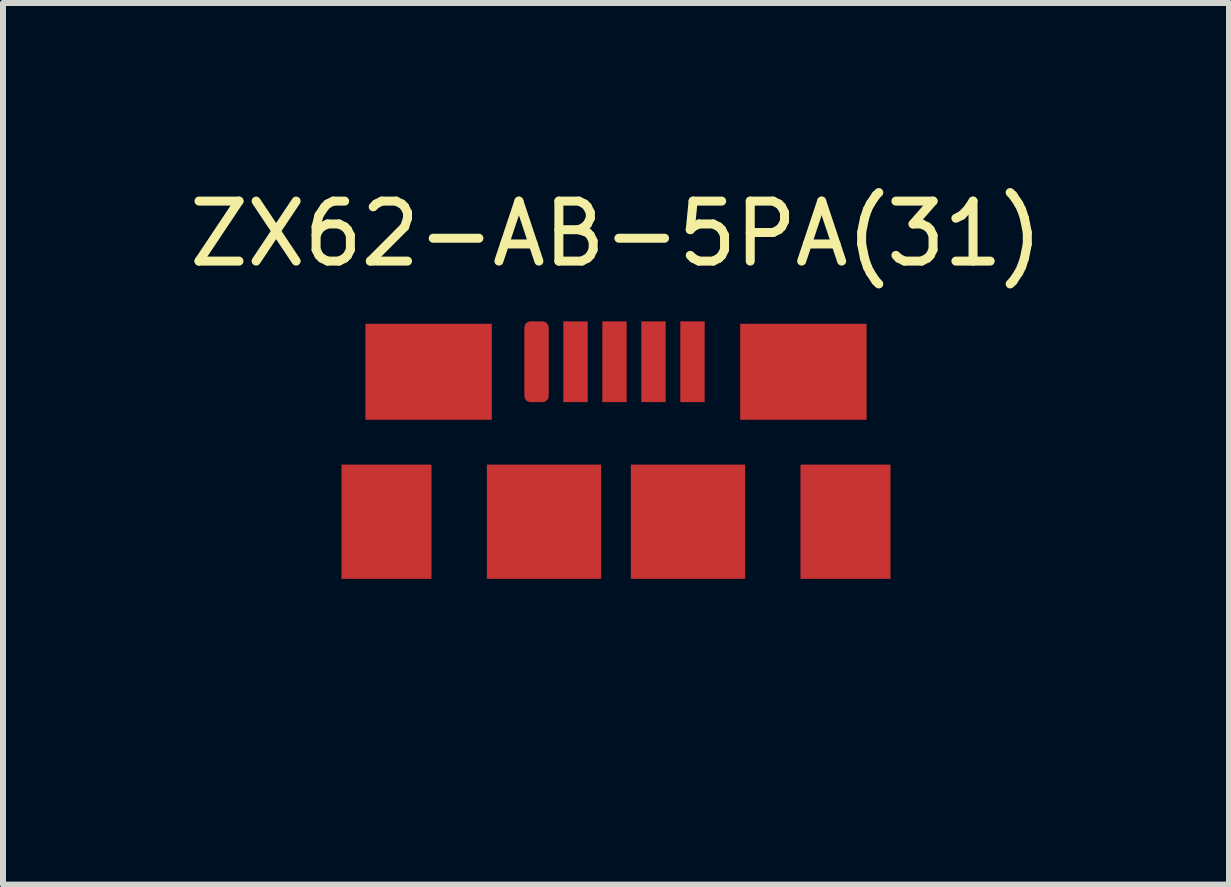
<source format=kicad_pcb>
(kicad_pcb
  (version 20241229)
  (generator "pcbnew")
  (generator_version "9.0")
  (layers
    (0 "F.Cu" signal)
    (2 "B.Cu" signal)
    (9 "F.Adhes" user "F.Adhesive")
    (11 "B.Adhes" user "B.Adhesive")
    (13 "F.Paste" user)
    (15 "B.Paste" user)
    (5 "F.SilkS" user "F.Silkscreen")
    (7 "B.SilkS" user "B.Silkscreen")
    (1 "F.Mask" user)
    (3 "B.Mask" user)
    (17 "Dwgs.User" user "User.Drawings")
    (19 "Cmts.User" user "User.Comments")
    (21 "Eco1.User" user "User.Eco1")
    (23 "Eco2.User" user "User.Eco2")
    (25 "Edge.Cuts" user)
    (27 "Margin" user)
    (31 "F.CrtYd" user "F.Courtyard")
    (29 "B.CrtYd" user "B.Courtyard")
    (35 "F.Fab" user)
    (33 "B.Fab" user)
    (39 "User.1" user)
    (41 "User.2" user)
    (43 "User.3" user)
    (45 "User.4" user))
  (footprint "ZX62-AB-5PA(31)"
    (layer "F.Cu")
    (at 7.22 8.448)
    (property "Reference" "ZX62-AB-5PA(31)" (at 0 -7.6 0) (layer "F.SilkS") (effects (font (size 1 1) (thickness 0.15))))
    (attr through_hole)
    (fp_line (start -4.432 0) (end -3.725 0) (stroke (width 0.254) (type solid)) (layer "Eco1.User"))
    (fp_line (start -2.525 -1.2) (end 2.525 -1.2) (stroke (width 0.254) (type solid)) (layer "Eco1.User"))
    (fp_line (start 4.432 0) (end 3.725 0) (stroke (width 0.254) (type solid)) (layer "Eco1.User"))
    (fp_arc (start -3.125 -0.6) (mid -3.300736 -0.175736) (end -3.725 0) (stroke (width 0.254) (type solid)) (layer "Eco1.User"))
    (fp_arc (start -3.125 -0.6) (mid -2.949264 -1.024264) (end -2.525 -1.2) (stroke (width 0.254) (type solid)) (layer "Eco1.User"))
    (fp_arc (start 2.525 -1.2) (mid 2.949264 -1.024264) (end 3.125 -0.6) (stroke (width 0.254) (type solid)) (layer "Eco1.User"))
    (fp_arc (start 3.725 0) (mid 3.300736 -0.175736) (end 3.125 -0.6) (stroke (width 0.254) (type solid)) (layer "Eco1.User"))
    (pad "1" smd roundrect (at -1.325 -5.467 180) (size 0.406 1.346) (layers "F.Cu" "F.Mask") (roundrect_rratio 0.25))
    (pad "2" smd rect (at -0.675 -5.467 180) (size 0.406 1.346) (layers "F.Cu" "F.Mask"))
    (pad "3" smd rect (at -0.025 -5.467 180) (size 0.406 1.346) (layers "F.Cu" "F.Mask"))
    (pad "4" smd rect (at 0.625 -5.467 180) (size 0.406 1.346) (layers "F.Cu" "F.Mask"))
    (pad "5" smd rect (at 1.275 -5.467 180) (size 0.406 1.346) (layers "F.Cu" "F.Mask"))
    (pad "6" smd rect (at -3.826 -2.8) (size 1.5 1.905) (layers "F.Cu" "F.Mask"))
    (pad "6" smd rect (at -3.124 -5.3 180) (size 2.108 1.6) (layers "F.Cu" "F.Mask"))
    (pad "6" smd rect (at -1.2 -2.8) (size 1.905 1.905) (layers "F.Cu" "F.Mask"))
    (pad "6" smd rect (at 1.2 -2.8 270) (size 1.905 1.905) (layers "F.Cu" "F.Mask"))
    (pad "6" smd rect (at 3.124 -5.3) (size 2.108 1.6) (layers "F.Cu" "F.Mask"))
    (pad "6" smd rect (at 3.826 -2.8 180) (size 1.5 1.905) (layers "F.Cu" "F.Mask")))
  (gr_rect
    (start -3 -3)
    (end 17.44 11.698)
    (stroke (width 0.1) (type default))
    (fill no)
    (layer "Edge.Cuts")))
</source>
